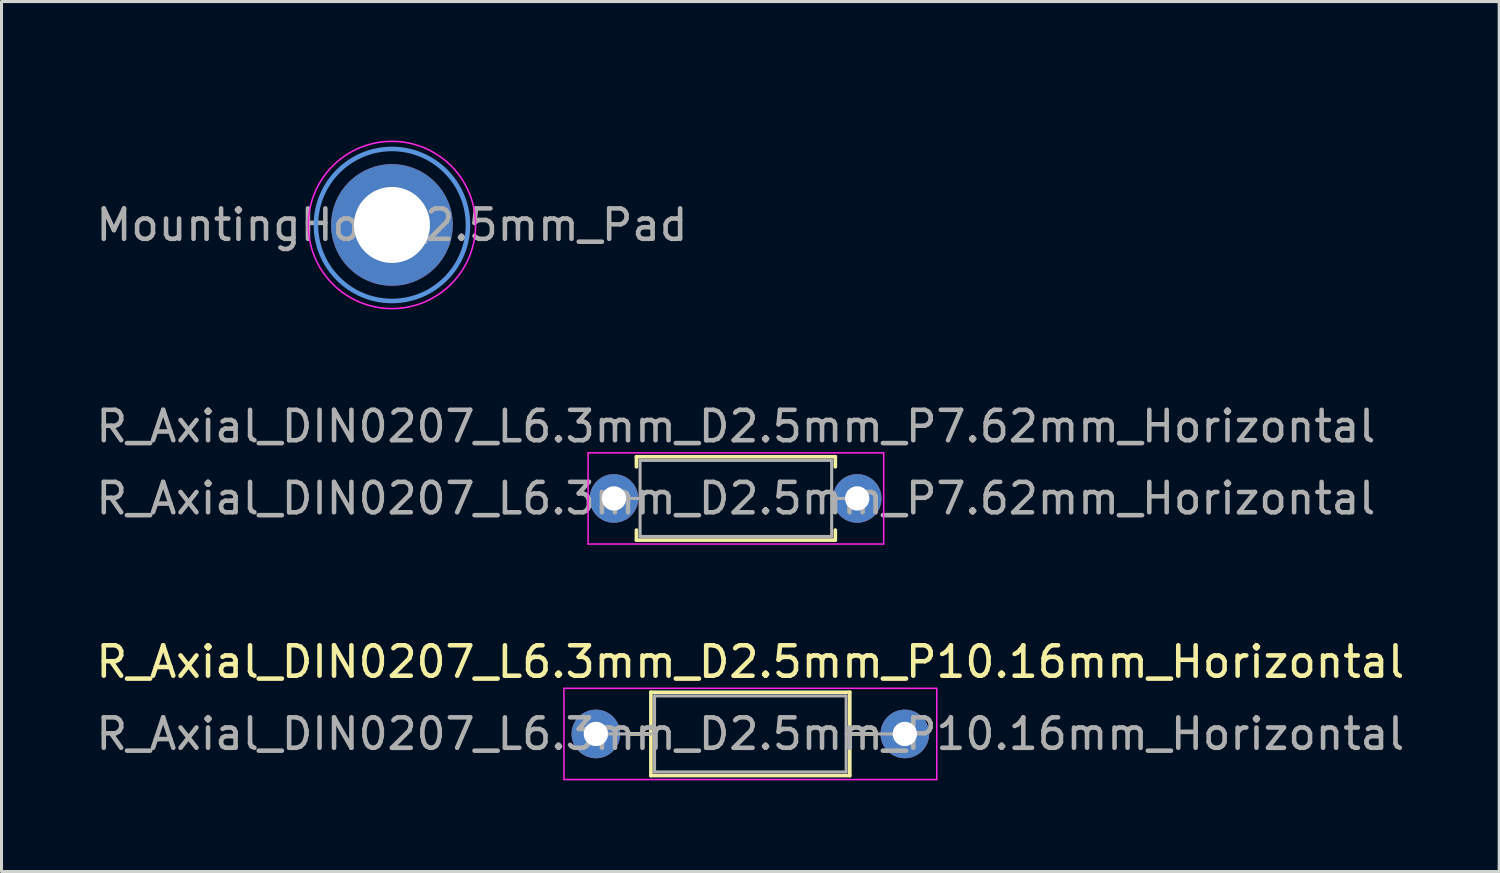
<source format=kicad_pcb>
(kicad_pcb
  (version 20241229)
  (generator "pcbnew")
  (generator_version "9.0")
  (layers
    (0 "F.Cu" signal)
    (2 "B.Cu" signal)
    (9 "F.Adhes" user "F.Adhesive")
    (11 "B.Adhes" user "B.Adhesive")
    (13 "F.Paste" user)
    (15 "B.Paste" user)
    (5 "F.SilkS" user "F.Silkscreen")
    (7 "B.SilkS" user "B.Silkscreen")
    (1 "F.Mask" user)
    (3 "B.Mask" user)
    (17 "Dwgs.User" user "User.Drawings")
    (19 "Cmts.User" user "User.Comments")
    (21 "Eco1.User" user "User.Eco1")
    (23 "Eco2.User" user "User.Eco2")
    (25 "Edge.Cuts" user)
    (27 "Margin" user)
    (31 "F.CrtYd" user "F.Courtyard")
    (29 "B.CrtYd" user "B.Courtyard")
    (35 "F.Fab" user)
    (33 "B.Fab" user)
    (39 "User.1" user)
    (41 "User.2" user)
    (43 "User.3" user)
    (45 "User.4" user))
  (footprint "R_Axial_DIN0207_L6.3mm_D2.5mm_P10.16mm_Horizontal"
    (layer "F.Cu")
    (at 16.545 21.085)
    (property "Reference" "R_Axial_DIN0207_L6.3mm_D2.5mm_P10.16mm_Horizontal" (at 5.08 -2.37 0) (layer "F.SilkS") (effects (font (size 1 1) (thickness 0.15))))
    (attr through_hole)
    (fp_line (start 1.04 0) (end 1.81 0) (stroke (width 0.12) (type solid)) (layer "F.SilkS"))
    (fp_line (start 1.81 -1.37) (end 1.81 1.37) (stroke (width 0.12) (type solid)) (layer "F.SilkS"))
    (fp_line (start 1.81 1.37) (end 8.35 1.37) (stroke (width 0.12) (type solid)) (layer "F.SilkS"))
    (fp_line (start 8.35 -1.37) (end 1.81 -1.37) (stroke (width 0.12) (type solid)) (layer "F.SilkS"))
    (fp_line (start 8.35 1.37) (end 8.35 -1.37) (stroke (width 0.12) (type solid)) (layer "F.SilkS"))
    (fp_line (start 9.12 0) (end 8.35 0) (stroke (width 0.12) (type solid)) (layer "F.SilkS"))
    (fp_line (start -1.05 -1.5) (end -1.05 1.5) (stroke (width 0.05) (type solid)) (layer "F.CrtYd"))
    (fp_line (start -1.05 1.5) (end 11.21 1.5) (stroke (width 0.05) (type solid)) (layer "F.CrtYd"))
    (fp_line (start 11.21 -1.5) (end -1.05 -1.5) (stroke (width 0.05) (type solid)) (layer "F.CrtYd"))
    (fp_line (start 11.21 1.5) (end 11.21 -1.5) (stroke (width 0.05) (type solid)) (layer "F.CrtYd"))
    (fp_line (start 0 0) (end 1.93 0) (stroke (width 0.1) (type solid)) (layer "F.Fab"))
    (fp_line (start 1.93 -1.25) (end 1.93 1.25) (stroke (width 0.1) (type solid)) (layer "F.Fab"))
    (fp_line (start 1.93 1.25) (end 8.23 1.25) (stroke (width 0.1) (type solid)) (layer "F.Fab"))
    (fp_line (start 8.23 -1.25) (end 1.93 -1.25) (stroke (width 0.1) (type solid)) (layer "F.Fab"))
    (fp_line (start 8.23 1.25) (end 8.23 -1.25) (stroke (width 0.1) (type solid)) (layer "F.Fab"))
    (fp_line (start 10.16 0) (end 8.23 0) (stroke (width 0.1) (type solid)) (layer "F.Fab"))
    (fp_text user "${REFERENCE}" (at 5.08 0 0) (layer "F.Fab") (effects (font (size 1 1) (thickness 0.15))))
    (pad "1" thru_hole circle (at 0 0) (size 1.6 1.6) (drill 0.8) (layers "*.Cu" "*.Mask"))
    (pad "2" thru_hole oval (at 10.16 0) (size 1.6 1.6) (drill 0.8) (layers "*.Cu" "*.Mask")))
  (footprint "MountingHole_2.5mm_Pad"
    (layer "F.Cu")
    (at 9.839 4.348)
    (property "Reference" "MountingHole_2.5mm_Pad" (at 0 -3.5 0) (layer "User.1") (effects (font (size 1 1) (thickness 0.15))))
    (attr exclude_from_pos_files)
    (fp_circle (center 0 0) (end 2.5 0) (stroke (width 0.15) (type solid)) (fill no) (layer "Cmts.User"))
    (fp_circle (center 0 0) (end 2.75 0) (stroke (width 0.05) (type solid)) (fill no) (layer "F.CrtYd"))
    (fp_text user "${REFERENCE}" (at 0 0 0) (layer "F.Fab") (effects (font (size 1 1) (thickness 0.15))))
    (pad "1" thru_hole circle (at 0 0) (size 4 4) (drill 2.5) (layers "*.Cu" "*.Mask")))
  (footprint "R_Axial_DIN0207_L6.3mm_D2.5mm_P7.62mm_Horizontal"
    (layer "F.Cu")
    (at 17.339 13.341)
    (property "Reference" "R_Axial_DIN0207_L6.3mm_D2.5mm_P7.62mm_Horizontal" (at 3.81 -2.37 0) (layer "F.Fab") (effects (font (size 1 1) (thickness 0.15))))
    (attr through_hole)
    (fp_line (start 0.54 -1.37) (end 7.08 -1.37) (stroke (width 0.12) (type solid)) (layer "F.SilkS"))
    (fp_line (start 0.54 -1.04) (end 0.54 -1.37) (stroke (width 0.12) (type solid)) (layer "F.SilkS"))
    (fp_line (start 0.54 1.04) (end 0.54 1.37) (stroke (width 0.12) (type solid)) (layer "F.SilkS"))
    (fp_line (start 0.54 1.37) (end 7.08 1.37) (stroke (width 0.12) (type solid)) (layer "F.SilkS"))
    (fp_line (start 7.08 -1.37) (end 7.08 -1.04) (stroke (width 0.12) (type solid)) (layer "F.SilkS"))
    (fp_line (start 7.08 1.37) (end 7.08 1.04) (stroke (width 0.12) (type solid)) (layer "F.SilkS"))
    (fp_line (start -1.05 -1.5) (end -1.05 1.5) (stroke (width 0.05) (type solid)) (layer "F.CrtYd"))
    (fp_line (start -1.05 1.5) (end 8.67 1.5) (stroke (width 0.05) (type solid)) (layer "F.CrtYd"))
    (fp_line (start 8.67 -1.5) (end -1.05 -1.5) (stroke (width 0.05) (type solid)) (layer "F.CrtYd"))
    (fp_line (start 8.67 1.5) (end 8.67 -1.5) (stroke (width 0.05) (type solid)) (layer "F.CrtYd"))
    (fp_line (start 0 0) (end 0.66 0) (stroke (width 0.1) (type solid)) (layer "F.Fab"))
    (fp_line (start 0.66 -1.25) (end 0.66 1.25) (stroke (width 0.1) (type solid)) (layer "F.Fab"))
    (fp_line (start 0.66 1.25) (end 6.96 1.25) (stroke (width 0.1) (type solid)) (layer "F.Fab"))
    (fp_line (start 6.96 -1.25) (end 0.66 -1.25) (stroke (width 0.1) (type solid)) (layer "F.Fab"))
    (fp_line (start 6.96 1.25) (end 6.96 -1.25) (stroke (width 0.1) (type solid)) (layer "F.Fab"))
    (fp_line (start 7.62 0) (end 6.96 0) (stroke (width 0.1) (type solid)) (layer "F.Fab"))
    (fp_text user "${REFERENCE}" (at 3.81 0 0) (layer "F.Fab") (effects (font (size 1 1) (thickness 0.15))))
    (pad "1" thru_hole circle (at -0.2 0) (size 1.6 1.6) (drill 0.8) (layers "*.Cu" "*.Mask"))
    (pad "2" thru_hole oval (at 7.8 0) (size 1.6 1.6) (drill 0.8) (layers "*.Cu" "*.Mask")))
  (gr_rect
    (start -3 -3)
    (end 46.25 25.61)
    (stroke (width 0.1) (type default))
    (fill no)
    (layer "Edge.Cuts")))
</source>
